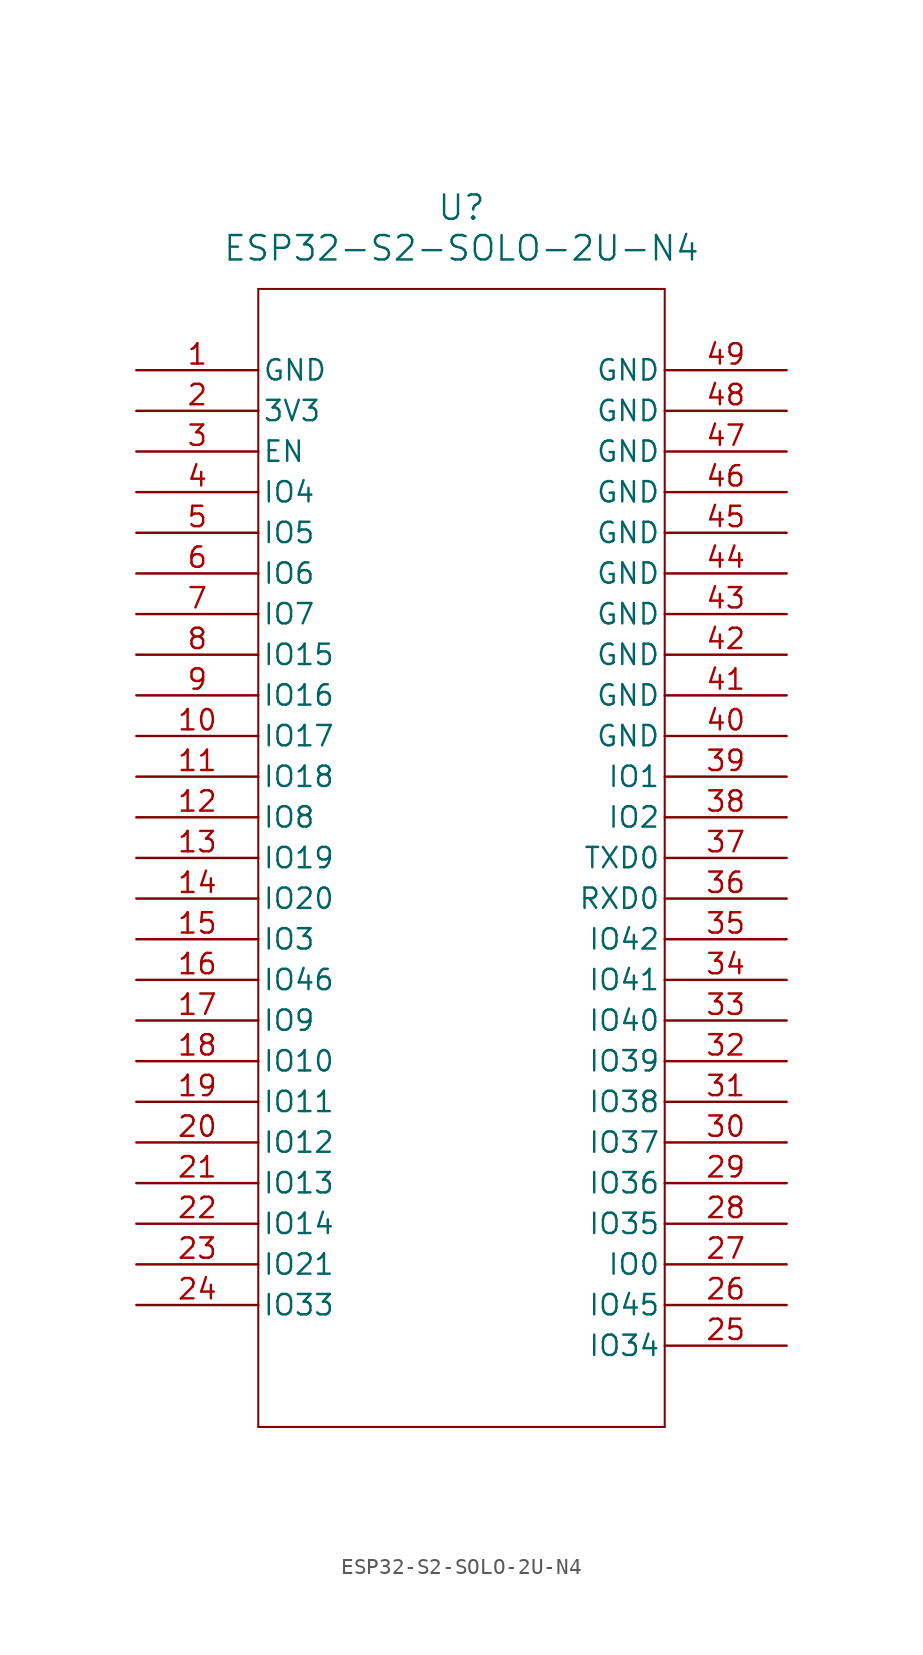
<source format=kicad_sym>
(kicad_symbol_lib
  (version 20241209)
  (generator "kicad_symbol_editor")
  (generator_version "9.0")
  (symbol "ESP32-S2-SOLO-2U-N4"
    (pin_names
      (offset 0.254))
    (property "Reference" "U"
      (at 41.91 -5.08 0)
      (effects (font (size 1.524 1.524))))
    (property "Value" "ESP32-S2-SOLO-2U-N4"
      (at 41.91 -7.62 0)
      (effects (font (size 1.524 1.524))))
    (property "ki_locked" ""
      (at 0 0 0)
      (effects (font (size 1.27 1.27))))
    (symbol "ESP32-S2-SOLO-2U-N4_0_1"
      (polyline (pts (xy 29.21 -10.16) (xy 29.21 -81.28)) (stroke (width 0.127) (type default)) (fill (type none)))
      (polyline (pts (xy 29.21 -81.28) (xy 54.61 -81.28)) (stroke (width 0.127) (type default)) (fill (type none)))
      (polyline (pts (xy 54.61 -10.16) (xy 29.21 -10.16)) (stroke (width 0.127) (type default)) (fill (type none)))
      (polyline (pts (xy 54.61 -81.28) (xy 54.61 -10.16)) (stroke (width 0.127) (type default)) (fill (type none)))
      (pin power_out line (at 21.59 -15.24 0) (length 7.62) (name "GND" (effects (font (size 1.27 1.27)))) (number "1" (effects (font (size 1.27 1.27)))))
      (pin power_in line (at 21.59 -17.78 0) (length 7.62) (name "3V3" (effects (font (size 1.27 1.27)))) (number "2" (effects (font (size 1.27 1.27)))))
      (pin input line (at 21.59 -20.32 0) (length 7.62) (name "EN" (effects (font (size 1.27 1.27)))) (number "3" (effects (font (size 1.27 1.27)))))
      (pin bidirectional line (at 21.59 -22.86 0) (length 7.62) (name "IO4" (effects (font (size 1.27 1.27)))) (number "4" (effects (font (size 1.27 1.27)))))
      (pin bidirectional line (at 21.59 -25.4 0) (length 7.62) (name "IO5" (effects (font (size 1.27 1.27)))) (number "5" (effects (font (size 1.27 1.27)))))
      (pin bidirectional line (at 21.59 -27.94 0) (length 7.62) (name "IO6" (effects (font (size 1.27 1.27)))) (number "6" (effects (font (size 1.27 1.27)))))
      (pin bidirectional line (at 21.59 -30.48 0) (length 7.62) (name "IO7" (effects (font (size 1.27 1.27)))) (number "7" (effects (font (size 1.27 1.27)))))
      (pin bidirectional line (at 21.59 -33.02 0) (length 7.62) (name "IO15" (effects (font (size 1.27 1.27)))) (number "8" (effects (font (size 1.27 1.27)))))
      (pin bidirectional line (at 21.59 -35.56 0) (length 7.62) (name "IO16" (effects (font (size 1.27 1.27)))) (number "9" (effects (font (size 1.27 1.27)))))
      (pin bidirectional line (at 21.59 -38.1 0) (length 7.62) (name "IO17" (effects (font (size 1.27 1.27)))) (number "10" (effects (font (size 1.27 1.27)))))
      (pin bidirectional line (at 21.59 -40.64 0) (length 7.62) (name "IO18" (effects (font (size 1.27 1.27)))) (number "11" (effects (font (size 1.27 1.27)))))
      (pin bidirectional line (at 21.59 -43.18 0) (length 7.62) (name "IO8" (effects (font (size 1.27 1.27)))) (number "12" (effects (font (size 1.27 1.27)))))
      (pin bidirectional line (at 21.59 -45.72 0) (length 7.62) (name "IO19" (effects (font (size 1.27 1.27)))) (number "13" (effects (font (size 1.27 1.27)))))
      (pin bidirectional line (at 21.59 -48.26 0) (length 7.62) (name "IO20" (effects (font (size 1.27 1.27)))) (number "14" (effects (font (size 1.27 1.27)))))
      (pin bidirectional line (at 21.59 -50.8 0) (length 7.62) (name "IO3" (effects (font (size 1.27 1.27)))) (number "15" (effects (font (size 1.27 1.27)))))
      (pin input line (at 21.59 -53.34 0) (length 7.62) (name "IO46" (effects (font (size 1.27 1.27)))) (number "16" (effects (font (size 1.27 1.27)))))
      (pin bidirectional line (at 21.59 -55.88 0) (length 7.62) (name "IO9" (effects (font (size 1.27 1.27)))) (number "17" (effects (font (size 1.27 1.27)))))
      (pin bidirectional line (at 21.59 -58.42 0) (length 7.62) (name "IO10" (effects (font (size 1.27 1.27)))) (number "18" (effects (font (size 1.27 1.27)))))
      (pin bidirectional line (at 21.59 -60.96 0) (length 7.62) (name "IO11" (effects (font (size 1.27 1.27)))) (number "19" (effects (font (size 1.27 1.27)))))
      (pin bidirectional line (at 21.59 -63.5 0) (length 7.62) (name "IO12" (effects (font (size 1.27 1.27)))) (number "20" (effects (font (size 1.27 1.27)))))
      (pin bidirectional line (at 21.59 -66.04 0) (length 7.62) (name "IO13" (effects (font (size 1.27 1.27)))) (number "21" (effects (font (size 1.27 1.27)))))
      (pin bidirectional line (at 21.59 -68.58 0) (length 7.62) (name "IO14" (effects (font (size 1.27 1.27)))) (number "22" (effects (font (size 1.27 1.27)))))
      (pin bidirectional line (at 21.59 -71.12 0) (length 7.62) (name "IO21" (effects (font (size 1.27 1.27)))) (number "23" (effects (font (size 1.27 1.27)))))
      (pin bidirectional line (at 21.59 -73.66 0) (length 7.62) (name "IO33" (effects (font (size 1.27 1.27)))) (number "24" (effects (font (size 1.27 1.27)))))
      (pin power_out line (at 62.23 -15.24 180) (length 7.62) (name "GND" (effects (font (size 1.27 1.27)))) (number "49" (effects (font (size 1.27 1.27)))))
      (pin power_out line (at 62.23 -17.78 180) (length 7.62) (name "GND" (effects (font (size 1.27 1.27)))) (number "48" (effects (font (size 1.27 1.27)))))
      (pin power_out line (at 62.23 -20.32 180) (length 7.62) (name "GND" (effects (font (size 1.27 1.27)))) (number "47" (effects (font (size 1.27 1.27)))))
      (pin power_out line (at 62.23 -22.86 180) (length 7.62) (name "GND" (effects (font (size 1.27 1.27)))) (number "46" (effects (font (size 1.27 1.27)))))
      (pin power_out line (at 62.23 -25.4 180) (length 7.62) (name "GND" (effects (font (size 1.27 1.27)))) (number "45" (effects (font (size 1.27 1.27)))))
      (pin power_out line (at 62.23 -27.94 180) (length 7.62) (name "GND" (effects (font (size 1.27 1.27)))) (number "44" (effects (font (size 1.27 1.27)))))
      (pin power_out line (at 62.23 -30.48 180) (length 7.62) (name "GND" (effects (font (size 1.27 1.27)))) (number "43" (effects (font (size 1.27 1.27)))))
      (pin power_out line (at 62.23 -33.02 180) (length 7.62) (name "GND" (effects (font (size 1.27 1.27)))) (number "42" (effects (font (size 1.27 1.27)))))
      (pin power_out line (at 62.23 -35.56 180) (length 7.62) (name "GND" (effects (font (size 1.27 1.27)))) (number "41" (effects (font (size 1.27 1.27)))))
      (pin power_out line (at 62.23 -38.1 180) (length 7.62) (name "GND" (effects (font (size 1.27 1.27)))) (number "40" (effects (font (size 1.27 1.27)))))
      (pin bidirectional line (at 62.23 -40.64 180) (length 7.62) (name "IO1" (effects (font (size 1.27 1.27)))) (number "39" (effects (font (size 1.27 1.27)))))
      (pin bidirectional line (at 62.23 -43.18 180) (length 7.62) (name "IO2" (effects (font (size 1.27 1.27)))) (number "38" (effects (font (size 1.27 1.27)))))
      (pin bidirectional line (at 62.23 -45.72 180) (length 7.62) (name "TXD0" (effects (font (size 1.27 1.27)))) (number "37" (effects (font (size 1.27 1.27)))))
      (pin bidirectional line (at 62.23 -48.26 180) (length 7.62) (name "RXD0" (effects (font (size 1.27 1.27)))) (number "36" (effects (font (size 1.27 1.27)))))
      (pin bidirectional line (at 62.23 -50.8 180) (length 7.62) (name "IO42" (effects (font (size 1.27 1.27)))) (number "35" (effects (font (size 1.27 1.27)))))
      (pin bidirectional line (at 62.23 -53.34 180) (length 7.62) (name "IO41" (effects (font (size 1.27 1.27)))) (number "34" (effects (font (size 1.27 1.27)))))
      (pin bidirectional line (at 62.23 -55.88 180) (length 7.62) (name "IO40" (effects (font (size 1.27 1.27)))) (number "33" (effects (font (size 1.27 1.27)))))
      (pin bidirectional line (at 62.23 -58.42 180) (length 7.62) (name "IO39" (effects (font (size 1.27 1.27)))) (number "32" (effects (font (size 1.27 1.27)))))
      (pin bidirectional line (at 62.23 -60.96 180) (length 7.62) (name "IO38" (effects (font (size 1.27 1.27)))) (number "31" (effects (font (size 1.27 1.27)))))
      (pin bidirectional line (at 62.23 -63.5 180) (length 7.62) (name "IO37" (effects (font (size 1.27 1.27)))) (number "30" (effects (font (size 1.27 1.27)))))
      (pin bidirectional line (at 62.23 -66.04 180) (length 7.62) (name "IO36" (effects (font (size 1.27 1.27)))) (number "29" (effects (font (size 1.27 1.27)))))
      (pin bidirectional line (at 62.23 -68.58 180) (length 7.62) (name "IO35" (effects (font (size 1.27 1.27)))) (number "28" (effects (font (size 1.27 1.27)))))
      (pin bidirectional line (at 62.23 -71.12 180) (length 7.62) (name "IO0" (effects (font (size 1.27 1.27)))) (number "27" (effects (font (size 1.27 1.27)))))
      (pin bidirectional line (at 62.23 -73.66 180) (length 7.62) (name "IO45" (effects (font (size 1.27 1.27)))) (number "26" (effects (font (size 1.27 1.27)))))
      (pin bidirectional line (at 62.23 -76.2 180) (length 7.62) (name "IO34" (effects (font (size 1.27 1.27)))) (number "25" (effects (font (size 1.27 1.27))))))))
</source>
